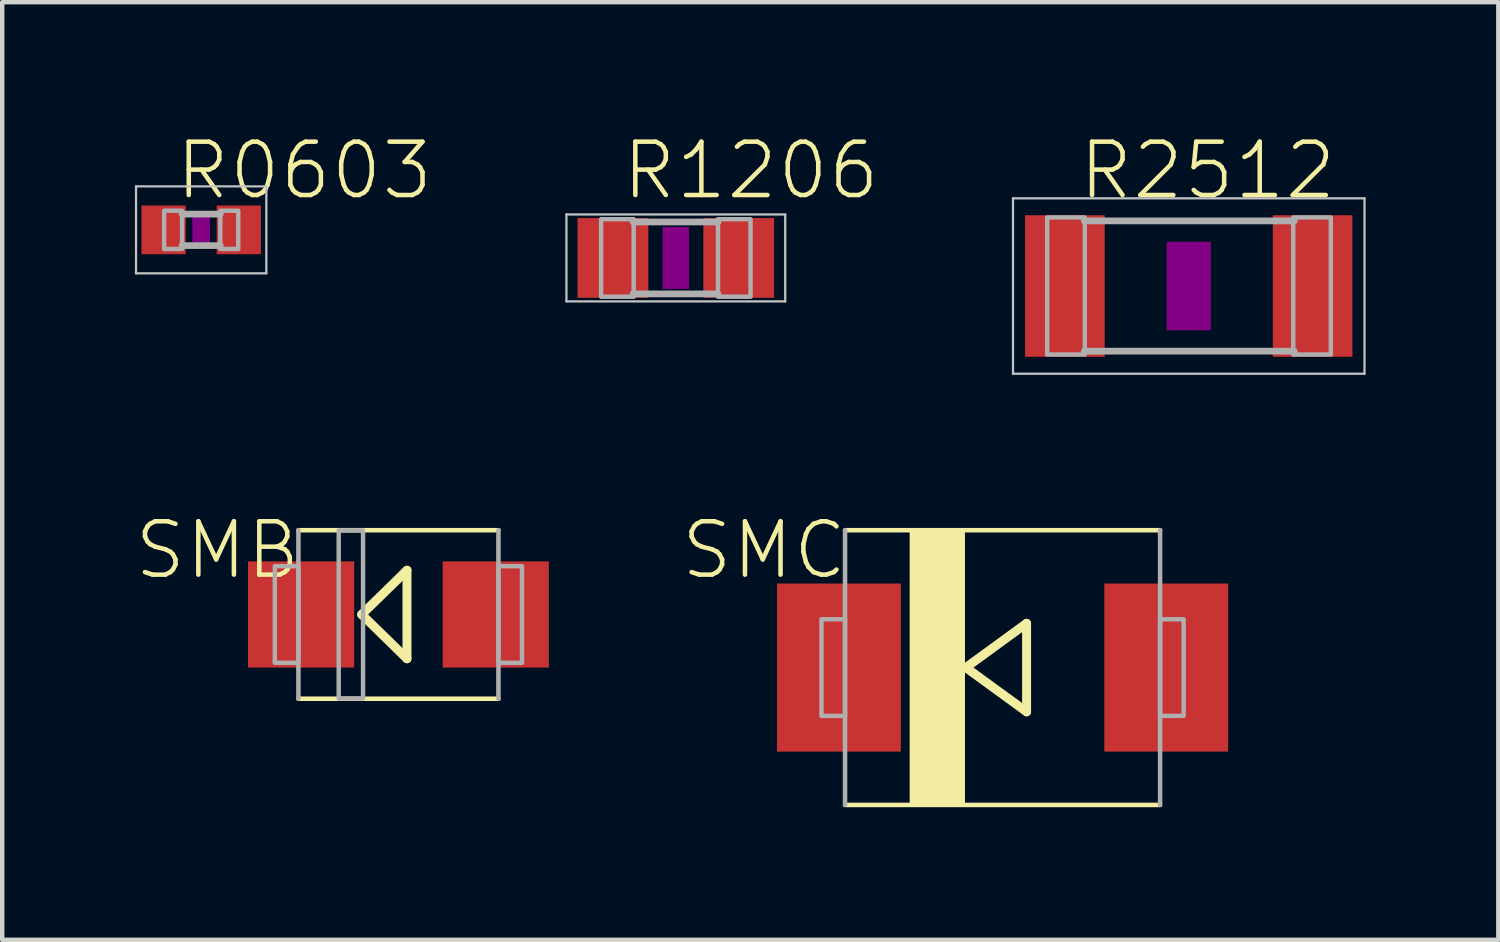
<source format=kicad_pcb>
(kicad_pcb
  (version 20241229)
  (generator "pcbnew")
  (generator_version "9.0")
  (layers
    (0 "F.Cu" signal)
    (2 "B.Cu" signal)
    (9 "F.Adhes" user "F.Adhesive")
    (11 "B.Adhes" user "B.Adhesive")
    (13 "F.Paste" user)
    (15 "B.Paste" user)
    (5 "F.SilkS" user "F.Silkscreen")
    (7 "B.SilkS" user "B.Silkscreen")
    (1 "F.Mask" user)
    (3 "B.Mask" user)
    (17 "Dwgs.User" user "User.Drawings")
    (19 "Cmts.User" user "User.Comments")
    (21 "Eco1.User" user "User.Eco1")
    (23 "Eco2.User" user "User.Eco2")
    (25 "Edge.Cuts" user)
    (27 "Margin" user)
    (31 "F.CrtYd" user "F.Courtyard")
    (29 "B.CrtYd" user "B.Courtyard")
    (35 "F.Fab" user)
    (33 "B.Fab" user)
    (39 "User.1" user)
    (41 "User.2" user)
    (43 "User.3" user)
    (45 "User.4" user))
  (footprint "R2512"
    (layer "F.Cu")
    (at 23.823 3.416)
    (property "Reference" "R2512" (at -2.54 -1.905 0) (layer "F.SilkS") (effects (font (size 1.206 1.206) (thickness 0.102)) (justify left bottom)))
    (attr through_hole)
    (fp_poly (pts (xy -0.5 1) (xy 0.5 1) (xy 0.5 -1) (xy -0.5 -1)) (stroke (width 0) (type solid)) (fill yes) (layer "F.Adhes"))
    (fp_line (start -3.973 -1.983) (end 3.973 -1.983) (stroke (width 0.051) (type solid)) (layer "Dwgs.User"))
    (fp_line (start -3.973 1.983) (end -3.973 -1.983) (stroke (width 0.051) (type solid)) (layer "Dwgs.User"))
    (fp_line (start 3.973 -1.983) (end 3.973 1.983) (stroke (width 0.051) (type solid)) (layer "Dwgs.User"))
    (fp_line (start 3.973 1.983) (end -3.973 1.983) (stroke (width 0.051) (type solid)) (layer "Dwgs.User"))
    (fp_line (start -2.362 -1.473) (end 2.387 -1.473) (stroke (width 0.152) (type solid)) (layer "F.Fab"))
    (fp_line (start -2.362 1.473) (end 2.387 1.473) (stroke (width 0.152) (type solid)) (layer "F.Fab"))
    (fp_poly (pts (xy -3.2 1.549) (xy -2.35 1.549) (xy -2.35 -1.551) (xy -3.2 -1.551)) (stroke (width 0.1) (type solid)) (fill no) (layer "F.Fab"))
    (fp_poly (pts (xy 2.362 1.549) (xy 3.212 1.549) (xy 3.212 -1.551) (xy 2.362 -1.551)) (stroke (width 0.1) (type solid)) (fill no) (layer "F.Fab"))
    (pad "1" smd rect (at -2.8 0) (size 1.8 3.2) (layers "F.Cu" "F.Mask" "F.Paste"))
    (pad "2" smd rect (at 2.8 0) (size 1.8 3.2) (layers "F.Cu" "F.Mask" "F.Paste")))
  (footprint "SMB"
    (layer "F.Cu")
    (at 5.957 10.841)
    (property "Reference" "SMB" (at -2.159 -2.159 0) (layer "F.SilkS") (effects (font (size 1.206 1.206) (thickness 0.102)) (justify right top)))
    (attr through_hole)
    (fp_line (start -2.261 -1.905) (end 2.261 -1.905) (stroke (width 0.102) (type solid)) (layer "F.SilkS"))
    (fp_line (start -2.261 1.905) (end 2.261 1.905) (stroke (width 0.102) (type solid)) (layer "F.SilkS"))
    (fp_line (start -0.83 0) (end 0.193 1) (stroke (width 0.203) (type solid)) (layer "F.SilkS"))
    (fp_line (start 0.193 -1) (end -0.83 0) (stroke (width 0.203) (type solid)) (layer "F.SilkS"))
    (fp_line (start 0.193 1) (end 0.193 -1) (stroke (width 0.203) (type solid)) (layer "F.SilkS"))
    (fp_line (start -2.261 1.905) (end -2.261 -1.905) (stroke (width 0.102) (type solid)) (layer "F.Fab"))
    (fp_line (start 2.261 1.905) (end 2.261 -1.905) (stroke (width 0.102) (type solid)) (layer "F.Fab"))
    (fp_poly (pts (xy -2.794 1.092) (xy -2.261 1.092) (xy -2.261 -1.092) (xy -2.794 -1.092)) (stroke (width 0.1) (type solid)) (fill no) (layer "F.Fab"))
    (fp_poly (pts (xy -1.35 1.9) (xy -0.8 1.9) (xy -0.8 -1.9) (xy -1.35 -1.9)) (stroke (width 0.1) (type solid)) (fill no) (layer "F.Fab"))
    (fp_poly (pts (xy 2.261 1.092) (xy 2.794 1.092) (xy 2.794 -1.092) (xy 2.261 -1.092)) (stroke (width 0.1) (type solid)) (fill no) (layer "F.Fab"))
    (pad "A" smd rect (at 2.2 0) (size 2.4 2.4) (layers "F.Cu" "F.Mask" "F.Paste"))
    (pad "C" smd rect (at -2.2 0) (size 2.4 2.4) (layers "F.Cu" "F.Mask" "F.Paste")))
  (footprint "SMC"
    (layer "F.Cu")
    (at 19.614 12.041)
    (property "Reference" "SMC" (at -3.459 -3.359 0) (layer "F.SilkS") (effects (font (size 1.206 1.206) (thickness 0.102)) (justify right top)))
    (attr through_hole)
    (fp_line (start -3.561 -3.105) (end 3.561 -3.105) (stroke (width 0.102) (type solid)) (layer "F.SilkS"))
    (fp_line (start -3.561 3.105) (end 3.561 3.105) (stroke (width 0.102) (type solid)) (layer "F.SilkS"))
    (fp_line (start -0.83 0) (end 0.543 1) (stroke (width 0.203) (type solid)) (layer "F.SilkS"))
    (fp_line (start 0.543 -1) (end -0.83 0) (stroke (width 0.203) (type solid)) (layer "F.SilkS"))
    (fp_line (start 0.543 1) (end 0.543 -1) (stroke (width 0.203) (type solid)) (layer "F.SilkS"))
    (fp_poly (pts (xy -2.1 3.1) (xy -0.85 3.1) (xy -0.85 -3.1) (xy -2.1 -3.1)) (stroke (width 0) (type solid)) (fill yes) (layer "F.SilkS"))
    (fp_line (start -3.561 3.105) (end -3.561 -3.105) (stroke (width 0.102) (type solid)) (layer "F.Fab"))
    (fp_line (start 3.561 3.105) (end 3.561 -3.105) (stroke (width 0.102) (type solid)) (layer "F.Fab"))
    (fp_poly (pts (xy -4.094 1.092) (xy -3.561 1.092) (xy -3.561 -1.092) (xy -4.094 -1.092)) (stroke (width 0.1) (type solid)) (fill no) (layer "F.Fab"))
    (fp_poly (pts (xy 3.561 1.092) (xy 4.094 1.092) (xy 4.094 -1.092) (xy 3.561 -1.092)) (stroke (width 0.1) (type solid)) (fill no) (layer "F.Fab"))
    (pad "A" smd rect (at 3.7 0) (size 2.8 3.8) (layers "F.Cu" "F.Mask" "F.Paste"))
    (pad "C" smd rect (at -3.7 0) (size 2.8 3.8) (layers "F.Cu" "F.Mask" "F.Paste")))
  (footprint "R1206"
    (layer "F.Cu")
    (at 12.228 2.781)
    (property "Reference" "R1206" (at -1.27 -1.27 0) (layer "F.SilkS") (effects (font (size 1.206 1.206) (thickness 0.102)) (justify left bottom)))
    (attr through_hole)
    (fp_poly (pts (xy -0.3 0.7) (xy 0.3 0.7) (xy 0.3 -0.7) (xy -0.3 -0.7)) (stroke (width 0) (type solid)) (fill yes) (layer "F.Adhes"))
    (fp_line (start -2.473 -0.983) (end 2.473 -0.983) (stroke (width 0.051) (type solid)) (layer "Dwgs.User"))
    (fp_line (start -2.473 0.983) (end -2.473 -0.983) (stroke (width 0.051) (type solid)) (layer "Dwgs.User"))
    (fp_line (start 2.473 -0.983) (end 2.473 0.983) (stroke (width 0.051) (type solid)) (layer "Dwgs.User"))
    (fp_line (start 2.473 0.983) (end -2.473 0.983) (stroke (width 0.051) (type solid)) (layer "Dwgs.User"))
    (fp_line (start 0.953 -0.813) (end -0.965 -0.813) (stroke (width 0.152) (type solid)) (layer "F.Fab"))
    (fp_line (start 0.953 0.813) (end -0.965 0.813) (stroke (width 0.152) (type solid)) (layer "F.Fab"))
    (fp_poly (pts (xy -1.689 0.876) (xy -0.953 0.876) (xy -0.953 -0.876) (xy -1.689 -0.876)) (stroke (width 0.1) (type solid)) (fill no) (layer "F.Fab"))
    (fp_poly (pts (xy 0.953 0.876) (xy 1.689 0.876) (xy 1.689 -0.876) (xy 0.953 -0.876)) (stroke (width 0.1) (type solid)) (fill no) (layer "F.Fab"))
    (pad "1" smd rect (at -1.422 0) (size 1.6 1.803) (layers "F.Cu" "F.Mask" "F.Paste"))
    (pad "2" smd rect (at 1.422 0) (size 1.6 1.803) (layers "F.Cu" "F.Mask" "F.Paste")))
  (footprint "R0603"
    (layer "F.Cu")
    (at 1.498 2.146)
    (property "Reference" "R0603" (at -0.635 -0.635 0) (layer "F.SilkS") (effects (font (size 1.206 1.206) (thickness 0.102)) (justify left bottom)))
    (attr through_hole)
    (fp_poly (pts (xy -0.2 0.4) (xy 0.2 0.4) (xy 0.2 -0.4) (xy -0.2 -0.4)) (stroke (width 0) (type solid)) (fill yes) (layer "F.Adhes"))
    (fp_line (start -1.473 -0.983) (end 1.473 -0.983) (stroke (width 0.051) (type solid)) (layer "Dwgs.User"))
    (fp_line (start -1.473 0.983) (end -1.473 -0.983) (stroke (width 0.051) (type solid)) (layer "Dwgs.User"))
    (fp_line (start 1.473 -0.983) (end 1.473 0.983) (stroke (width 0.051) (type solid)) (layer "Dwgs.User"))
    (fp_line (start 1.473 0.983) (end -1.473 0.983) (stroke (width 0.051) (type solid)) (layer "Dwgs.User"))
    (fp_line (start -0.432 0.356) (end 0.432 0.356) (stroke (width 0.152) (type solid)) (layer "F.Fab"))
    (fp_line (start 0.432 -0.356) (end -0.432 -0.356) (stroke (width 0.152) (type solid)) (layer "F.Fab"))
    (fp_poly (pts (xy -0.838 0.432) (xy -0.432 0.432) (xy -0.432 -0.432) (xy -0.838 -0.432)) (stroke (width 0.1) (type solid)) (fill no) (layer "F.Fab"))
    (fp_poly (pts (xy 0.432 0.432) (xy 0.838 0.432) (xy 0.838 -0.432) (xy 0.432 -0.432)) (stroke (width 0.1) (type solid)) (fill no) (layer "F.Fab"))
    (pad "1" smd rect (at -0.85 0) (size 1 1.1) (layers "F.Cu" "F.Mask" "F.Paste"))
    (pad "2" smd rect (at 0.85 0) (size 1 1.1) (layers "F.Cu" "F.Mask" "F.Paste")))
  (gr_rect
    (start -3 -3)
    (end 30.821 18.196)
    (stroke (width 0.1) (type default))
    (fill no)
    (layer "Edge.Cuts")))
</source>
